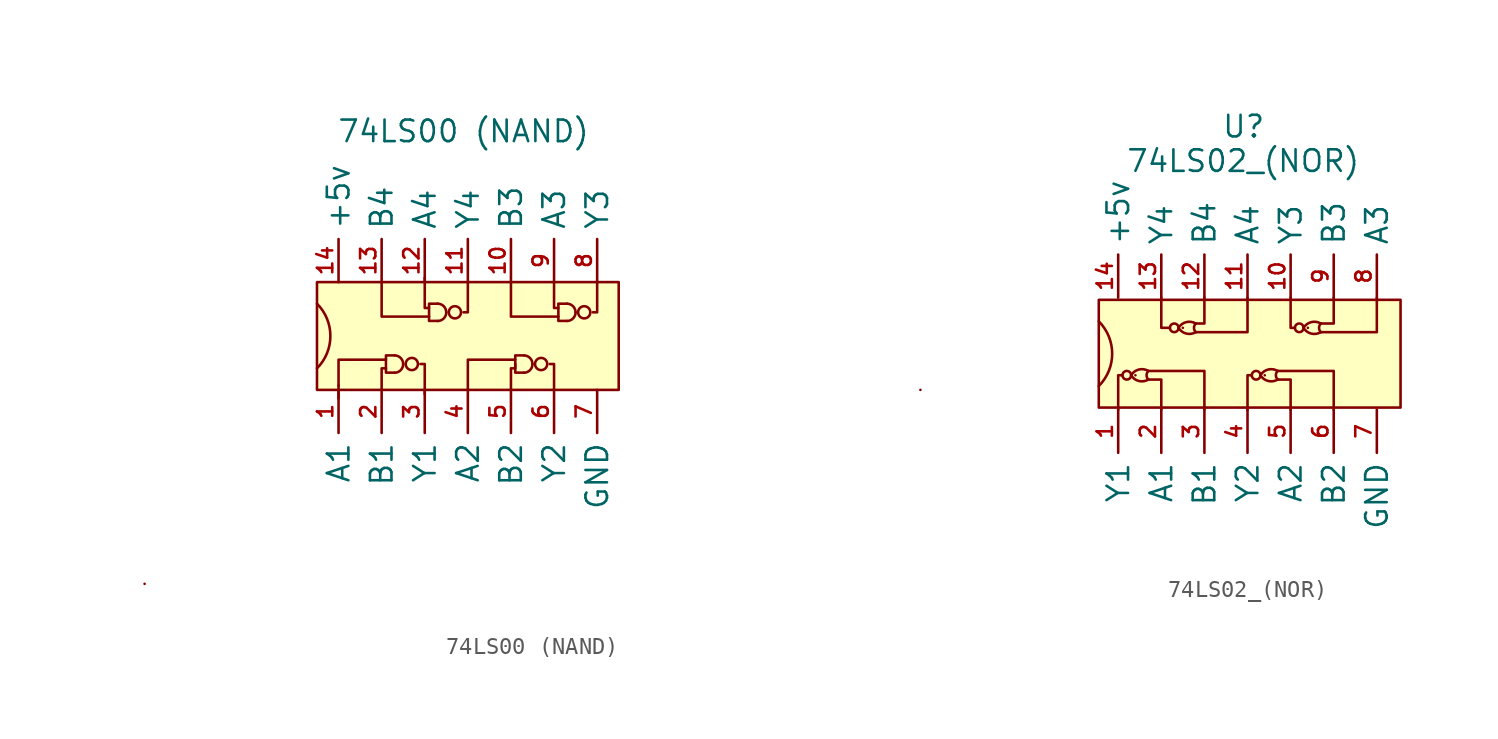
<source format=kicad_sym>
(kicad_symbol_lib
  (version 20211014)
  (generator kicad_symbol_editor)
  (symbol "74LS00 (NAND)"
    (property "Reference" "U"
      (at -10.16 10.16 0)
      (effects (font (size 1.27 1.27)) hide))
    (property "Value" "74LS00 (NAND)"
      (at -10.414 7.62 0)
      (effects (font (size 1.27 1.27))))
    (symbol "74LS00 (NAND)_0_1"
      (arc (start -19.05 -6.35) (mid -18.2609 -4.445) (end -19.05 -2.54) (stroke (width 0) (type default) (color 0 0 0 0)) (fill (type none)))
      (rectangle (start -19.05 -1.27) (end -1.27 -7.62) (stroke (width 0) (type default) (color 0 0 0 0)) (fill (type background)))
      (arc (start -14.478 -6.604) (mid -14.1188 -6.4552) (end -13.97 -6.096) (stroke (width 0) (type default) (color 0 0 0 0)) (fill (type none)))
      (arc (start -13.97 -6.096) (mid -14.1188 -5.7368) (end -14.478 -5.588) (stroke (width 0) (type default) (color 0 0 0 0)) (fill (type none)))
      (circle (center -13.462 -6.096) (radius 0.359) (stroke (width 0) (type default) (color 0 0 0 0)) (fill (type none)))
      (arc (start -11.938 -3.556) (mid -11.5788 -3.4072) (end -11.43 -3.048) (stroke (width 0) (type default) (color 0 0 0 0)) (fill (type none)))
      (arc (start -11.43 -3.048) (mid -11.5788 -2.6888) (end -11.938 -2.54) (stroke (width 0) (type default) (color 0 0 0 0)) (fill (type none)))
      (circle (center -10.922 -3.048) (radius 0.359) (stroke (width 0) (type default) (color 0 0 0 0)) (fill (type none)))
      (arc (start -6.858 -6.604) (mid -6.4988 -6.4552) (end -6.35 -6.096) (stroke (width 0) (type default) (color 0 0 0 0)) (fill (type none)))
      (arc (start -6.35 -6.096) (mid -6.4988 -5.7368) (end -6.858 -5.588) (stroke (width 0) (type default) (color 0 0 0 0)) (fill (type none)))
      (circle (center -5.842 -6.096) (radius 0.359) (stroke (width 0) (type default) (color 0 0 0 0)) (fill (type none)))
      (arc (start -4.318 -3.556) (mid -3.9588 -3.4072) (end -3.81 -3.048) (stroke (width 0) (type default) (color 0 0 0 0)) (fill (type none)))
      (arc (start -3.81 -3.048) (mid -3.9588 -2.6888) (end -4.318 -2.54) (stroke (width 0) (type default) (color 0 0 0 0)) (fill (type none)))
      (circle (center -3.302 -3.048) (radius 0.359) (stroke (width 0) (type default) (color 0 0 0 0)) (fill (type none)))
      (polyline (pts (xy -29.21 -19.05) (xy -29.21 -19.05)) (stroke (width 0) (type default) (color 0 0 0 0)) (fill (type none)))
      (polyline (pts (xy -17.78 -7.366) (xy -17.78 -7.62) (xy -17.78 -8.128)) (stroke (width 0) (type default) (color 0 0 0 0)) (fill (type none)))
      (polyline (pts (xy -15.24 -7.62) (xy -15.24 -6.35) (xy -14.986 -6.35)) (stroke (width 0) (type default) (color 0 0 0 0)) (fill (type none)))
      (polyline (pts (xy -15.24 -1.27) (xy -15.24 -3.302) (xy -12.446 -3.302)) (stroke (width 0) (type default) (color 0 0 0 0)) (fill (type none)))
      (polyline (pts (xy -12.954 -6.096) (xy -12.7 -6.096) (xy -12.7 -7.874)) (stroke (width 0) (type default) (color 0 0 0 0)) (fill (type none)))
      (polyline (pts (xy -12.7 -1.016) (xy -12.7 -2.794) (xy -12.446 -2.794)) (stroke (width 0) (type default) (color 0 0 0 0)) (fill (type none)))
      (polyline (pts (xy -10.16 -7.62) (xy -10.16 -5.842) (xy -7.366 -5.842)) (stroke (width 0) (type default) (color 0 0 0 0)) (fill (type none)))
      (polyline (pts (xy -10.16 -1.27) (xy -10.16 -3.048) (xy -10.414 -3.048)) (stroke (width 0) (type default) (color 0 0 0 0)) (fill (type none)))
      (polyline (pts (xy -7.62 -1.27) (xy -7.62 -3.302) (xy -4.826 -3.302)) (stroke (width 0) (type default) (color 0 0 0 0)) (fill (type none)))
      (polyline (pts (xy -5.334 -6.096) (xy -5.08 -6.096) (xy -5.08 -7.62)) (stroke (width 0) (type default) (color 0 0 0 0)) (fill (type none)))
      (polyline (pts (xy -5.08 -1.27) (xy -5.08 -2.794) (xy -4.826 -2.794)) (stroke (width 0) (type default) (color 0 0 0 0)) (fill (type none)))
      (polyline (pts (xy -2.54 -1.27) (xy -2.54 -3.048) (xy -2.794 -3.048)) (stroke (width 0) (type default) (color 0 0 0 0)) (fill (type none)))
      (polyline (pts (xy -17.78 -7.366) (xy -17.78 -5.842) (xy -14.986 -5.842) (xy -15.24 -5.842)) (stroke (width 0) (type default) (color 0 0 0 0)) (fill (type none)))
      (polyline (pts (xy -14.478 -6.604) (xy -14.986 -6.604) (xy -14.986 -5.588) (xy -14.478 -5.588)) (stroke (width 0) (type default) (color 0 0 0 0)) (fill (type none)))
      (polyline (pts (xy -11.938 -3.556) (xy -12.446 -3.556) (xy -12.446 -2.54) (xy -11.938 -2.54)) (stroke (width 0) (type default) (color 0 0 0 0)) (fill (type none)))
      (polyline (pts (xy -7.62 -7.62) (xy -7.62 -6.35) (xy -7.366 -6.35) (xy -7.366 -6.096)) (stroke (width 0) (type default) (color 0 0 0 0)) (fill (type none)))
      (polyline (pts (xy -6.858 -6.604) (xy -7.366 -6.604) (xy -7.366 -5.588) (xy -6.858 -5.588)) (stroke (width 0) (type default) (color 0 0 0 0)) (fill (type none)))
      (polyline (pts (xy -4.318 -3.556) (xy -4.826 -3.556) (xy -4.826 -2.54) (xy -4.318 -2.54)) (stroke (width 0) (type default) (color 0 0 0 0)) (fill (type none)))
      (rectangle (start 16.51 -7.62) (end 16.51 -7.62) (stroke (width 0) (type default) (color 0 0 0 0)) (fill (type none))))
    (symbol "74LS00 (NAND)_1_1"
      (pin input line (at -17.78 -7.62 270) (length 2.54) (name "A1" (effects (font (size 1.27 1.27)))) (number "1" (effects (font (size 0.9 0.9)))))
      (pin input line (at -7.62 -1.27 90) (length 2.54) (name "B3" (effects (font (size 1.27 1.27)))) (number "10" (effects (font (size 0.9 0.9)))))
      (pin output line (at -10.16 -1.27 90) (length 2.54) (name "Y4" (effects (font (size 1.27 1.27)))) (number "11" (effects (font (size 0.9 0.9)))))
      (pin input line (at -12.7 -1.27 90) (length 2.54) (name "A4" (effects (font (size 1.27 1.27)))) (number "12" (effects (font (size 0.9 0.9)))))
      (pin input line (at -15.24 -1.27 90) (length 2.54) (name "B4" (effects (font (size 1.27 1.27)))) (number "13" (effects (font (size 0.9 0.9)))))
      (pin input line (at -17.78 -1.27 90) (length 2.54) (name "+5v" (effects (font (size 1.27 1.27)))) (number "14" (effects (font (size 0.9 0.9)))))
      (pin input line (at -15.24 -7.62 270) (length 2.54) (name "B1" (effects (font (size 1.27 1.27)))) (number "2" (effects (font (size 0.9 0.9)))))
      (pin output line (at -12.7 -7.62 270) (length 2.54) (name "Y1" (effects (font (size 1.27 1.27)))) (number "3" (effects (font (size 0.9 0.9)))))
      (pin input line (at -10.16 -7.62 270) (length 2.54) (name "A2" (effects (font (size 1.27 1.27)))) (number "4" (effects (font (size 0.9 0.9)))))
      (pin input line (at -7.62 -7.62 270) (length 2.54) (name "B2" (effects (font (size 1.27 1.27)))) (number "5" (effects (font (size 0.9 0.9)))))
      (pin output line (at -5.08 -7.62 270) (length 2.54) (name "Y2" (effects (font (size 1.27 1.27)))) (number "6" (effects (font (size 0.9 0.9)))))
      (pin input line (at -2.54 -7.62 270) (length 2.54) (name "GND" (effects (font (size 1.27 1.27)))) (number "7" (effects (font (size 0.9 0.9)))))
      (pin output line (at -2.54 -1.27 90) (length 2.54) (name "Y3" (effects (font (size 1.27 1.27)))) (number "8" (effects (font (size 0.9 0.9)))))
      (pin input line (at -5.08 -1.27 90) (length 2.54) (name "A3" (effects (font (size 1.27 1.27)))) (number "9" (effects (font (size 0.9 0.9)))))))
  (symbol "74LS02_(NOR)"
    (property "Reference" "U"
      (at 0.025 1.194 0)
      (effects (font (size 1.27 1.27))))
    (property "Value" "74LS02_(NOR)"
      (at 0 -0.838 0)
      (effects (font (size 1.27 1.27))))
    (symbol "74LS02_(NOR)_0_1"
      (arc (start -8.5091 -14.097) (mid -7.72 -12.192) (end -8.5091 -10.287) (stroke (width 0) (type default) (color 0 0 0 0)) (fill (type none)))
      (rectangle (start -8.509 -9.017) (end 9.271 -15.367) (stroke (width 0) (type default) (color 0 0 0 0)) (fill (type background)))
      (circle (center -6.858 -13.462) (radius 0.254) (stroke (width 0) (type default) (color 0 0 0 0)) (fill (type none)))
      (arc (start -6.604 -13.462) (mid -6.1486 -13.7994) (end -5.588 -13.716) (stroke (width 0) (type default) (color 0 0 0 0)) (fill (type none)))
      (arc (start -6.35 -13.462) (mid -6.35 -13.462) (end -6.35 -13.462) (stroke (width 0) (type default) (color 0 0 0 0)) (fill (type none)))
      (arc (start -5.588 -13.208) (mid -6.1486 -13.1246) (end -6.604 -13.462) (stroke (width 0) (type default) (color 0 0 0 0)) (fill (type none)))
      (arc (start -5.588 -13.208) (mid -5.6932 -13.462) (end -5.588 -13.716) (stroke (width 0) (type default) (color 0 0 0 0)) (fill (type none)))
      (circle (center -4.064 -10.668) (radius 0.254) (stroke (width 0) (type default) (color 0 0 0 0)) (fill (type none)))
      (arc (start -3.81 -10.668) (mid -3.3546 -11.0054) (end -2.794 -10.922) (stroke (width 0) (type default) (color 0 0 0 0)) (fill (type none)))
      (arc (start -3.556 -10.668) (mid -3.556 -10.668) (end -3.556 -10.668) (stroke (width 0) (type default) (color 0 0 0 0)) (fill (type none)))
      (arc (start -2.794 -10.414) (mid -3.3546 -10.3306) (end -3.81 -10.668) (stroke (width 0) (type default) (color 0 0 0 0)) (fill (type none)))
      (arc (start -2.794 -10.414) (mid -2.8992 -10.668) (end -2.794 -10.922) (stroke (width 0) (type default) (color 0 0 0 0)) (fill (type none)))
      (polyline (pts (xy -7.366 -15.494) (xy -7.366 -13.462) (xy -7.112 -13.462)) (stroke (width 0) (type default) (color 0 0 0 0)) (fill (type none)))
      (polyline (pts (xy -4.826 -15.494) (xy -4.826 -13.716) (xy -5.588 -13.716)) (stroke (width 0) (type default) (color 0 0 0 0)) (fill (type none)))
      (polyline (pts (xy -4.826 -8.89) (xy -4.826 -10.668) (xy -4.318 -10.668)) (stroke (width 0) (type default) (color 0 0 0 0)) (fill (type none)))
      (polyline (pts (xy -2.286 -15.494) (xy -2.286 -13.208) (xy -5.588 -13.208)) (stroke (width 0) (type default) (color 0 0 0 0)) (fill (type none)))
      (polyline (pts (xy -2.286 -8.89) (xy -2.286 -10.414) (xy -2.794 -10.414)) (stroke (width 0) (type default) (color 0 0 0 0)) (fill (type none)))
      (polyline (pts (xy 0.254 -15.494) (xy 0.254 -13.462) (xy 0.508 -13.462)) (stroke (width 0) (type default) (color 0 0 0 0)) (fill (type none)))
      (polyline (pts (xy 0.254 -8.89) (xy 0.254 -10.922) (xy -2.794 -10.922)) (stroke (width 0) (type default) (color 0 0 0 0)) (fill (type none)))
      (polyline (pts (xy 2.794 -15.494) (xy 2.794 -13.716) (xy 2.032 -13.716)) (stroke (width 0) (type default) (color 0 0 0 0)) (fill (type none)))
      (polyline (pts (xy 2.794 -8.89) (xy 2.794 -10.668) (xy 3.048 -10.668)) (stroke (width 0) (type default) (color 0 0 0 0)) (fill (type none)))
      (polyline (pts (xy 5.334 -15.494) (xy 5.334 -13.208) (xy 2.032 -13.208)) (stroke (width 0) (type default) (color 0 0 0 0)) (fill (type none)))
      (polyline (pts (xy 5.334 -8.89) (xy 5.334 -10.414) (xy 4.572 -10.414)) (stroke (width 0) (type default) (color 0 0 0 0)) (fill (type none)))
      (polyline (pts (xy 7.874 -8.89) (xy 7.874 -10.922) (xy 4.572 -10.922)) (stroke (width 0) (type default) (color 0 0 0 0)) (fill (type none)))
      (circle (center 0.762 -13.462) (radius 0.254) (stroke (width 0) (type default) (color 0 0 0 0)) (fill (type none)))
      (arc (start 1.016 -13.462) (mid 1.4714 -13.7994) (end 2.032 -13.716) (stroke (width 0) (type default) (color 0 0 0 0)) (fill (type none)))
      (arc (start 1.27 -13.462) (mid 1.27 -13.462) (end 1.27 -13.462) (stroke (width 0) (type default) (color 0 0 0 0)) (fill (type none)))
      (arc (start 2.032 -13.208) (mid 1.4714 -13.1246) (end 1.016 -13.462) (stroke (width 0) (type default) (color 0 0 0 0)) (fill (type none)))
      (arc (start 2.032 -13.208) (mid 1.9268 -13.462) (end 2.032 -13.716) (stroke (width 0) (type default) (color 0 0 0 0)) (fill (type none)))
      (circle (center 3.302 -10.668) (radius 0.254) (stroke (width 0) (type default) (color 0 0 0 0)) (fill (type none)))
      (arc (start 3.556 -10.668) (mid 4.0114 -11.0054) (end 4.572 -10.922) (stroke (width 0) (type default) (color 0 0 0 0)) (fill (type none)))
      (arc (start 3.81 -10.668) (mid 3.81 -10.668) (end 3.81 -10.668) (stroke (width 0) (type default) (color 0 0 0 0)) (fill (type none)))
      (arc (start 4.572 -10.414) (mid 4.0114 -10.3306) (end 3.556 -10.668) (stroke (width 0) (type default) (color 0 0 0 0)) (fill (type none)))
      (arc (start 4.572 -10.414) (mid 4.4668 -10.668) (end 4.572 -10.922) (stroke (width 0) (type default) (color 0 0 0 0)) (fill (type none))))
    (symbol "74LS02_(NOR)_1_1"
      (pin output line (at -7.366 -15.494 270) (length 2.54) (name "Y1" (effects (font (size 1.27 1.27)))) (number "1" (effects (font (size 0.9 0.9)))))
      (pin output line (at 2.794 -8.89 90) (length 2.54) (name "Y3" (effects (font (size 1.27 1.27)))) (number "10" (effects (font (size 0.9 0.9)))))
      (pin input line (at 0.254 -8.89 90) (length 2.54) (name "A4" (effects (font (size 1.27 1.27)))) (number "11" (effects (font (size 0.9 0.9)))))
      (pin input line (at -2.286 -8.89 90) (length 2.54) (name "B4" (effects (font (size 1.27 1.27)))) (number "12" (effects (font (size 0.9 0.9)))))
      (pin output line (at -4.826 -8.89 90) (length 2.54) (name "Y4" (effects (font (size 1.27 1.27)))) (number "13" (effects (font (size 0.9 0.9)))))
      (pin input line (at -7.366 -8.89 90) (length 2.54) (name "+5v" (effects (font (size 1.27 1.27)))) (number "14" (effects (font (size 0.9 0.9)))))
      (pin input line (at -4.826 -15.494 270) (length 2.54) (name "A1" (effects (font (size 1.27 1.27)))) (number "2" (effects (font (size 0.9 0.9)))))
      (pin input line (at -2.286 -15.494 270) (length 2.54) (name "B1" (effects (font (size 1.27 1.27)))) (number "3" (effects (font (size 0.9 0.9)))))
      (pin output line (at 0.254 -15.494 270) (length 2.54) (name "Y2" (effects (font (size 1.27 1.27)))) (number "4" (effects (font (size 0.9 0.9)))))
      (pin input line (at 2.794 -15.494 270) (length 2.54) (name "A2" (effects (font (size 1.27 1.27)))) (number "5" (effects (font (size 0.9 0.9)))))
      (pin input line (at 5.334 -15.494 270) (length 2.54) (name "B2" (effects (font (size 1.27 1.27)))) (number "6" (effects (font (size 0.9 0.9)))))
      (pin input line (at 7.874 -15.494 270) (length 2.54) (name "GND" (effects (font (size 1.27 1.27)))) (number "7" (effects (font (size 0.9 0.9)))))
      (pin input line (at 7.874 -8.89 90) (length 2.54) (name "A3" (effects (font (size 1.27 1.27)))) (number "8" (effects (font (size 0.9 0.9)))))
      (pin input line (at 5.334 -8.89 90) (length 2.54) (name "B3" (effects (font (size 1.27 1.27)))) (number "9" (effects (font (size 0.9 0.9))))))))
</source>
